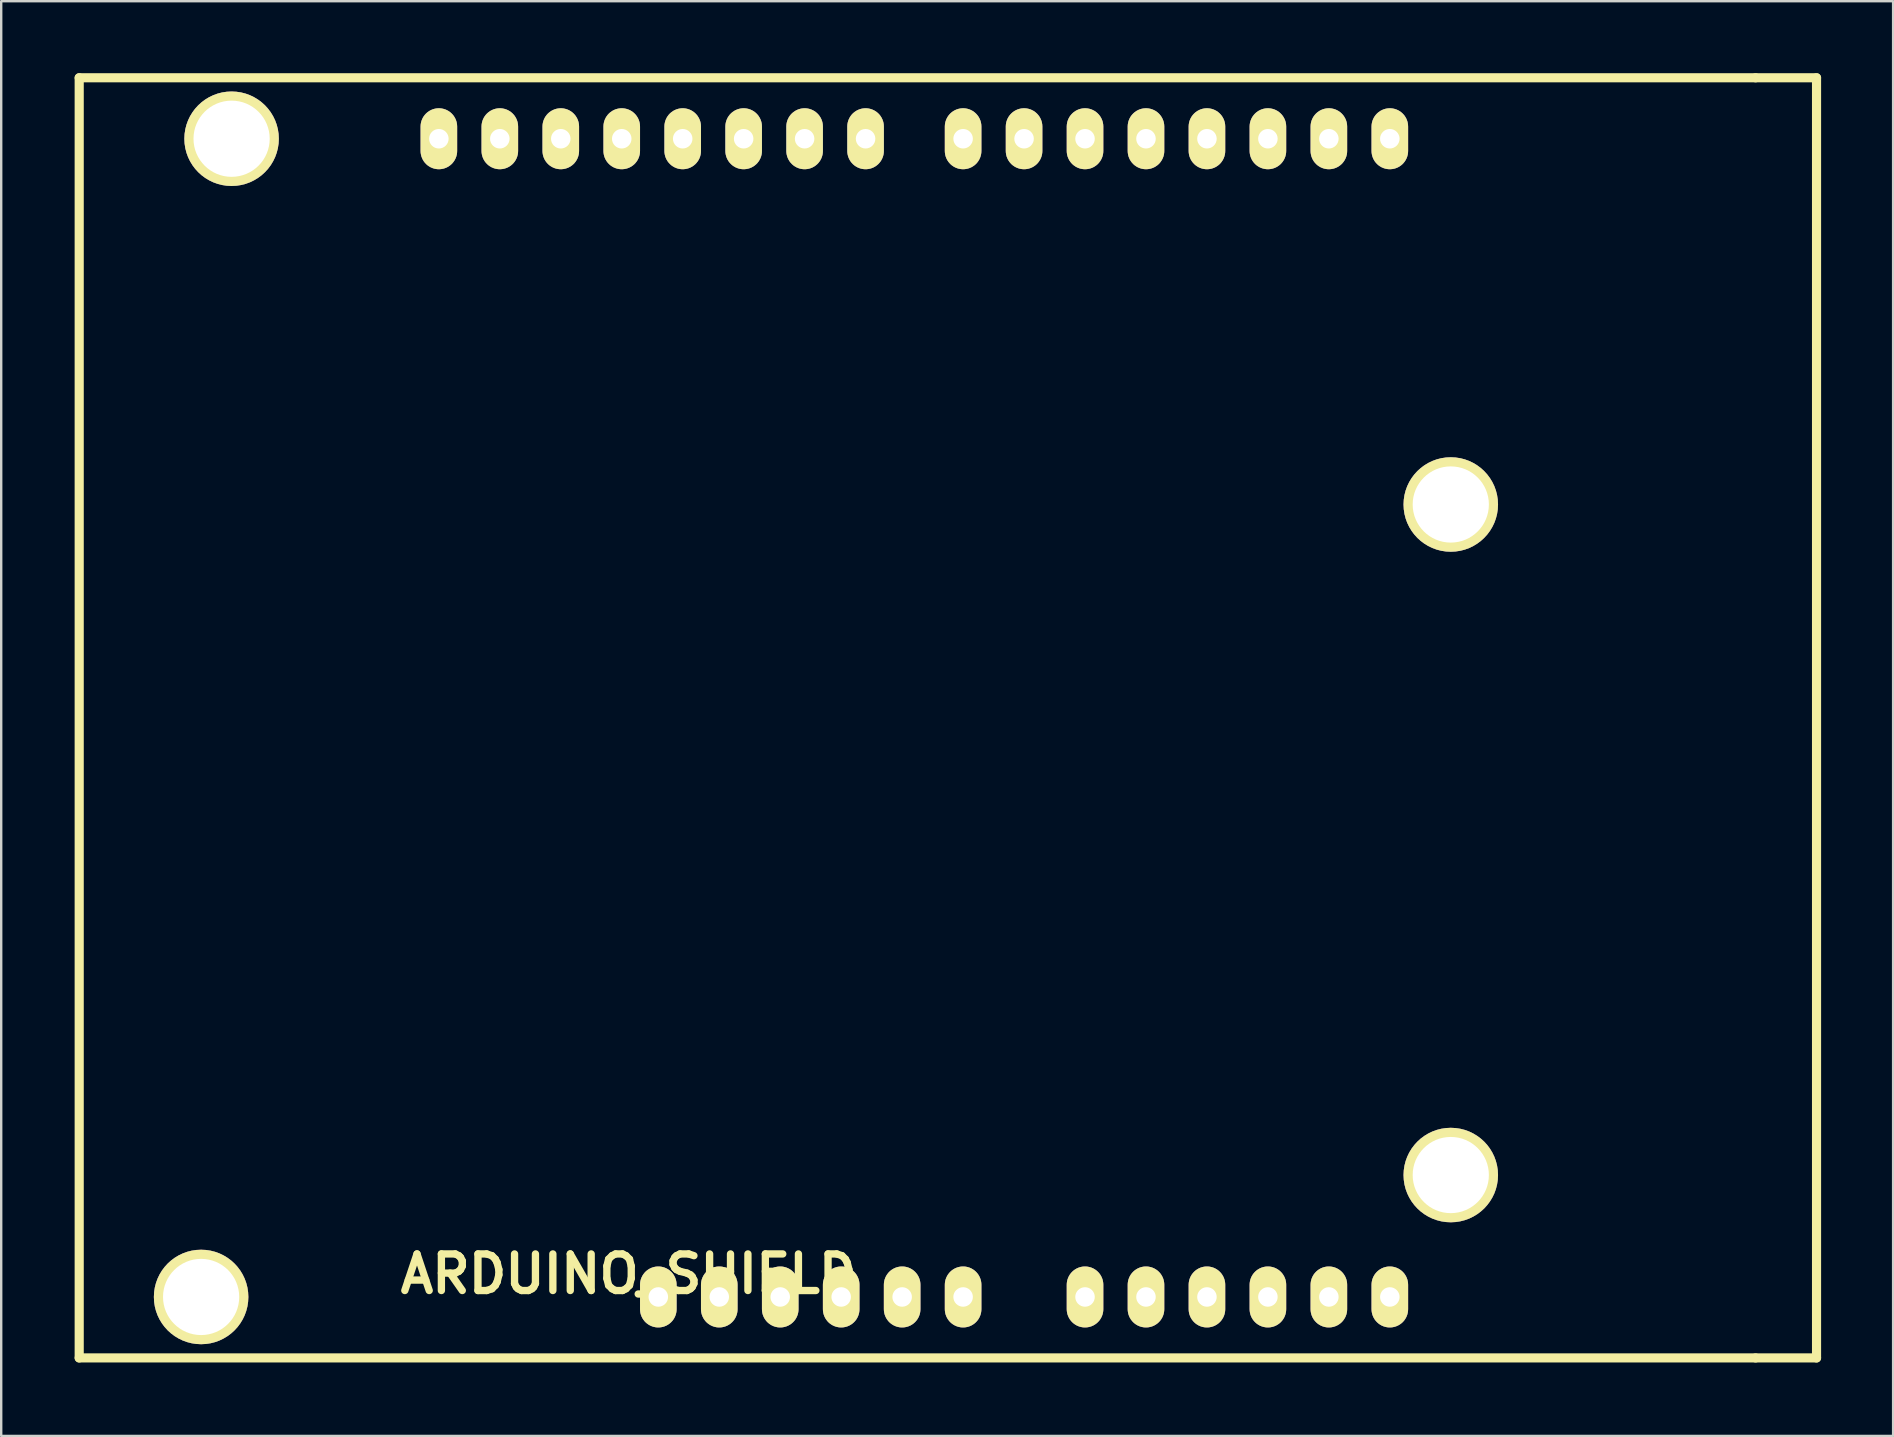
<source format=kicad_pcb>
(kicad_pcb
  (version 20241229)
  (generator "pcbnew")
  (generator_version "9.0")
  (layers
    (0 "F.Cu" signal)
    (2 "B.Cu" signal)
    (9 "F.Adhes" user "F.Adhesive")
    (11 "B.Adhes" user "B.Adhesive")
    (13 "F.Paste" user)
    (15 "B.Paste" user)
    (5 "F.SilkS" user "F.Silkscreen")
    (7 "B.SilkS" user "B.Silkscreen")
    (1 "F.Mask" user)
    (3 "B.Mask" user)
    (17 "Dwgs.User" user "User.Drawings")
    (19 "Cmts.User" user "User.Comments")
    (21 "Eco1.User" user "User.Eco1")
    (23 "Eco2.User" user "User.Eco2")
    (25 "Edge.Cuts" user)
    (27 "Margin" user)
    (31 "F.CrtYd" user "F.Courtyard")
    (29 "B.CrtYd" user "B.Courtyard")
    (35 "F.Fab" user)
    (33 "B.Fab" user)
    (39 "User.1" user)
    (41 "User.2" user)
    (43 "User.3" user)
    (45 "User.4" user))
  (footprint "ARDUINO_SHIELD"
    (layer "F.Cu")
    (at 0.25 53.531)
    (property "Reference" "ARDUINO_SHIELD" (at 22.893 -3.498 0) (layer "F.SilkS") (effects (font (size 1.524 1.524) (thickness 0.305))))
    (attr through_hole)
    (fp_line (start 0 0) (end 0 -53.34) (stroke (width 0.381) (type solid)) (layer "F.SilkS"))
    (fp_line (start 0 0) (end 69.85 0) (stroke (width 0.381) (type solid)) (layer "F.SilkS"))
    (fp_line (start 69.85 -53.34) (end 0 -53.34) (stroke (width 0.381) (type solid)) (layer "F.SilkS"))
    (fp_line (start 69.85 -53.34) (end 72.39 -53.34) (stroke (width 0.381) (type solid)) (layer "F.SilkS"))
    (fp_line (start 69.85 0) (end 72.39 0) (stroke (width 0.381) (type solid)) (layer "F.SilkS"))
    (fp_line (start 72.39 -53.34) (end 72.39 0) (stroke (width 0.381) (type solid)) (layer "F.SilkS"))
    (pad "" thru_hole circle (at 5.08 -2.54 90) (size 3.937 3.937) (drill 3.175) (layers "*.Cu" "*.Mask" "F.SilkS"))
    (pad "" thru_hole circle (at 6.35 -50.8 90) (size 3.937 3.937) (drill 3.175) (layers "*.Cu" "*.Mask" "F.SilkS"))
    (pad "" thru_hole circle (at 57.15 -35.56 90) (size 3.937 3.937) (drill 3.175) (layers "*.Cu" "*.Mask" "F.SilkS"))
    (pad "" thru_hole circle (at 57.15 -7.62 90) (size 3.937 3.937) (drill 3.175) (layers "*.Cu" "*.Mask" "F.SilkS"))
    (pad "0" thru_hole oval (at 54.61 -50.8 90) (size 2.54 1.524) (drill 0.813) (layers "*.Cu" "*.Mask" "F.SilkS"))
    (pad "1" thru_hole oval (at 52.07 -50.8 90) (size 2.54 1.524) (drill 0.813) (layers "*.Cu" "*.Mask" "F.SilkS"))
    (pad "2" thru_hole oval (at 49.53 -50.8 90) (size 2.54 1.524) (drill 0.813) (layers "*.Cu" "*.Mask" "F.SilkS"))
    (pad "3" thru_hole oval (at 46.99 -50.8 90) (size 2.54 1.524) (drill 0.813) (layers "*.Cu" "*.Mask" "F.SilkS"))
    (pad "3V3" thru_hole oval (at 26.67 -2.54 90) (size 2.54 1.524) (drill 0.813) (layers "*.Cu" "*.Mask" "F.SilkS"))
    (pad "4" thru_hole oval (at 44.45 -50.8 90) (size 2.54 1.524) (drill 0.813) (layers "*.Cu" "*.Mask" "F.SilkS"))
    (pad "5" thru_hole oval (at 41.91 -50.8 90) (size 2.54 1.524) (drill 0.813) (layers "*.Cu" "*.Mask" "F.SilkS"))
    (pad "5V" thru_hole oval (at 29.21 -2.54 90) (size 2.54 1.524) (drill 0.813) (layers "*.Cu" "*.Mask" "F.SilkS"))
    (pad "6" thru_hole oval (at 39.37 -50.8 90) (size 2.54 1.524) (drill 0.813) (layers "*.Cu" "*.Mask" "F.SilkS"))
    (pad "7" thru_hole oval (at 36.83 -50.8 90) (size 2.54 1.524) (drill 0.813) (layers "*.Cu" "*.Mask" "F.SilkS"))
    (pad "8" thru_hole oval (at 32.766 -50.8 90) (size 2.54 1.524) (drill 0.813) (layers "*.Cu" "*.Mask" "F.SilkS"))
    (pad "9" thru_hole oval (at 30.226 -50.8 90) (size 2.54 1.524) (drill 0.813) (layers "*.Cu" "*.Mask" "F.SilkS"))
    (pad "10" thru_hole oval (at 27.686 -50.8 90) (size 2.54 1.524) (drill 0.813) (layers "*.Cu" "*.Mask" "F.SilkS"))
    (pad "11" thru_hole oval (at 25.146 -50.8 90) (size 2.54 1.524) (drill 0.813) (layers "*.Cu" "*.Mask" "F.SilkS"))
    (pad "12" thru_hole oval (at 22.606 -50.8 90) (size 2.54 1.524) (drill 0.813) (layers "*.Cu" "*.Mask" "F.SilkS"))
    (pad "13" thru_hole oval (at 20.066 -50.8 90) (size 2.54 1.524) (drill 0.813) (layers "*.Cu" "*.Mask" "F.SilkS"))
    (pad "AD0" thru_hole oval (at 41.91 -2.54 90) (size 2.54 1.524) (drill 0.813) (layers "*.Cu" "*.Mask" "F.SilkS"))
    (pad "AD1" thru_hole oval (at 44.45 -2.54 90) (size 2.54 1.524) (drill 0.813) (layers "*.Cu" "*.Mask" "F.SilkS"))
    (pad "AD2" thru_hole oval (at 46.99 -2.54 90) (size 2.54 1.524) (drill 0.813) (layers "*.Cu" "*.Mask" "F.SilkS"))
    (pad "AD3" thru_hole oval (at 49.53 -2.54 90) (size 2.54 1.524) (drill 0.813) (layers "*.Cu" "*.Mask" "F.SilkS"))
    (pad "AD4" thru_hole oval (at 52.07 -2.54 90) (size 2.54 1.524) (drill 0.813) (layers "*.Cu" "*.Mask" "F.SilkS"))
    (pad "AD5" thru_hole oval (at 54.61 -2.54 90) (size 2.54 1.524) (drill 0.813) (layers "*.Cu" "*.Mask" "F.SilkS"))
    (pad "AREF" thru_hole oval (at 14.986 -50.8 90) (size 2.54 1.524) (drill 0.813) (layers "*.Cu" "*.Mask" "F.SilkS"))
    (pad "GND1" thru_hole oval (at 31.75 -2.54 90) (size 2.54 1.524) (drill 0.813) (layers "*.Cu" "*.Mask" "F.SilkS"))
    (pad "GND2" thru_hole oval (at 34.29 -2.54 90) (size 2.54 1.524) (drill 0.813) (layers "*.Cu" "*.Mask" "F.SilkS"))
    (pad "GND3" thru_hole oval (at 17.526 -50.8 90) (size 2.54 1.524) (drill 0.813) (layers "*.Cu" "*.Mask" "F.SilkS"))
    (pad "RST" thru_hole oval (at 24.13 -2.54 90) (size 2.54 1.524) (drill 0.813) (layers "*.Cu" "*.Mask" "F.SilkS"))
    (pad "V_IN" thru_hole oval (at 36.83 -2.54 90) (size 2.54 1.524) (drill 0.813) (layers "*.Cu" "*.Mask" "F.SilkS")))
  (gr_rect
    (start -3 -3)
    (end 75.831 56.781)
    (stroke (width 0.1) (type default))
    (fill no)
    (layer "Edge.Cuts")))
</source>
